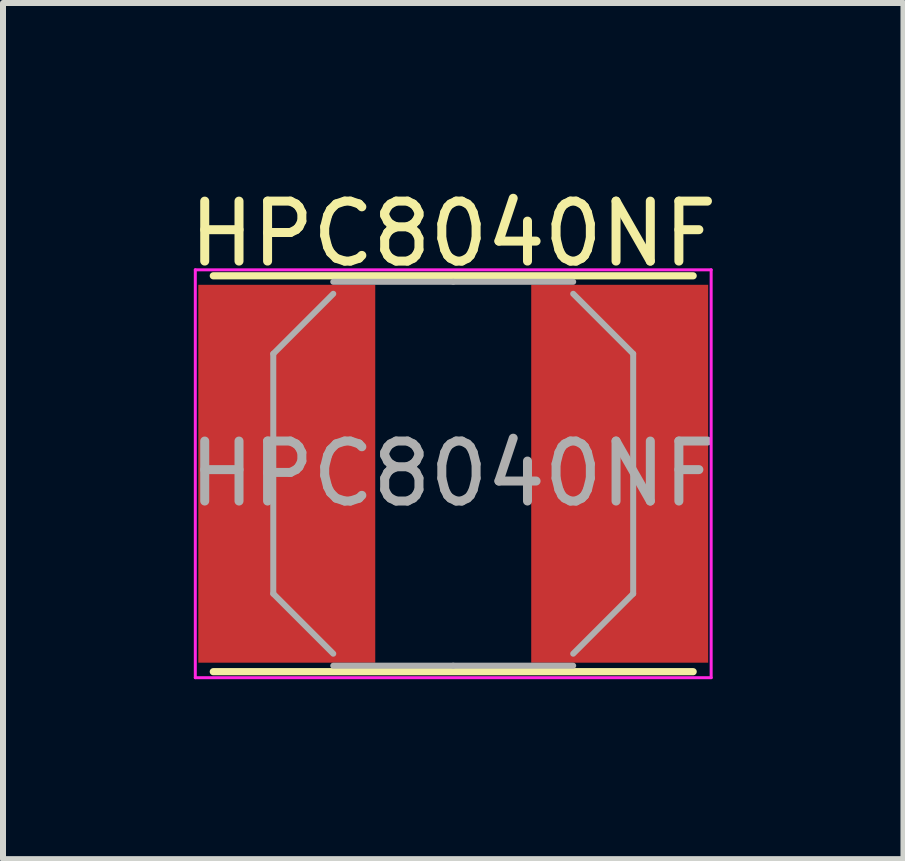
<source format=kicad_pcb>
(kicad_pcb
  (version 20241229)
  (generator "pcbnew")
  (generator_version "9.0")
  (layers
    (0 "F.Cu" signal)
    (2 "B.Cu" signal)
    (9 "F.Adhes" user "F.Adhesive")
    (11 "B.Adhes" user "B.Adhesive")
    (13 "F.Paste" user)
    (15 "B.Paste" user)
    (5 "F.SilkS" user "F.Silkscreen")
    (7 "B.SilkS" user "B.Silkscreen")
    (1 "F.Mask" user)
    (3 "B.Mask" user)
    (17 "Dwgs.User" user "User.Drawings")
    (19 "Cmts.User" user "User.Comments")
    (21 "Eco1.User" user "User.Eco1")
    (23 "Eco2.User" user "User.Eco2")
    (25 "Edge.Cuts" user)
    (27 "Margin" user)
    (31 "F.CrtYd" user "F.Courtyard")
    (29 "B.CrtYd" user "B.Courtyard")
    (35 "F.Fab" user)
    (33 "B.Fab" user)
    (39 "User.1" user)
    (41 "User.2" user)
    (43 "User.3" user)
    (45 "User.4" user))
  (footprint "HPC8040NF"
    (layer "F.Cu")
    (at 4.506 4.848)
    (property "Reference" "HPC8040NF" (at 0 -4 0) (layer "F.SilkS") (effects (font (size 1 1) (thickness 0.15))))
    (attr smd)
    (fp_line (start -4 -3.3) (end 4 -3.3) (stroke (width 0.12) (type solid)) (layer "F.SilkS"))
    (fp_line (start -4 3.3) (end 4 3.3) (stroke (width 0.12) (type solid)) (layer "F.SilkS"))
    (fp_line (start -4.3 -3.4) (end -4.3 3.4) (stroke (width 0.05) (type solid)) (layer "F.CrtYd"))
    (fp_line (start -4.3 3.4) (end 4.3 3.4) (stroke (width 0.05) (type solid)) (layer "F.CrtYd"))
    (fp_line (start 4.3 -3.4) (end -4.3 -3.4) (stroke (width 0.05) (type solid)) (layer "F.CrtYd"))
    (fp_line (start 4.3 3.4) (end 4.3 -3.4) (stroke (width 0.05) (type solid)) (layer "F.CrtYd"))
    (fp_line (start -3 -2) (end -2 -3) (stroke (width 0.1) (type solid)) (layer "F.Fab"))
    (fp_line (start -3 0) (end -3 -2) (stroke (width 0.1) (type solid)) (layer "F.Fab"))
    (fp_line (start -3 0) (end -3 2) (stroke (width 0.1) (type solid)) (layer "F.Fab"))
    (fp_line (start -3 2) (end -2 3) (stroke (width 0.1) (type solid)) (layer "F.Fab"))
    (fp_line (start -2 -3.2) (end 0 -3.2) (stroke (width 0.1) (type solid)) (layer "F.Fab"))
    (fp_line (start -2 3.2) (end 0 3.2) (stroke (width 0.1) (type solid)) (layer "F.Fab"))
    (fp_line (start 2 -3.2) (end 0 -3.2) (stroke (width 0.1) (type solid)) (layer "F.Fab"))
    (fp_line (start 2 3.2) (end 0 3.2) (stroke (width 0.1) (type solid)) (layer "F.Fab"))
    (fp_line (start 3 -2) (end 2 -3) (stroke (width 0.1) (type solid)) (layer "F.Fab"))
    (fp_line (start 3 0) (end 3 -2) (stroke (width 0.1) (type solid)) (layer "F.Fab"))
    (fp_line (start 3 0) (end 3 2) (stroke (width 0.1) (type solid)) (layer "F.Fab"))
    (fp_line (start 3 2) (end 2 3) (stroke (width 0.1) (type solid)) (layer "F.Fab"))
    (fp_text user "${REFERENCE}" (at 0 0 0) (layer "F.Fab") (effects (font (size 1 1) (thickness 0.15))))
    (pad "1" smd rect (at -2.775 0) (size 2.95 6.3) (layers "F.Cu" "F.Mask" "F.Paste"))
    (pad "2" smd rect (at 2.775 0) (size 2.95 6.3) (layers "F.Cu" "F.Mask" "F.Paste")))
  (gr_rect
    (start -3 -3)
    (end 12.012 11.273)
    (stroke (width 0.1) (type default))
    (fill no)
    (layer "Edge.Cuts")))
</source>
